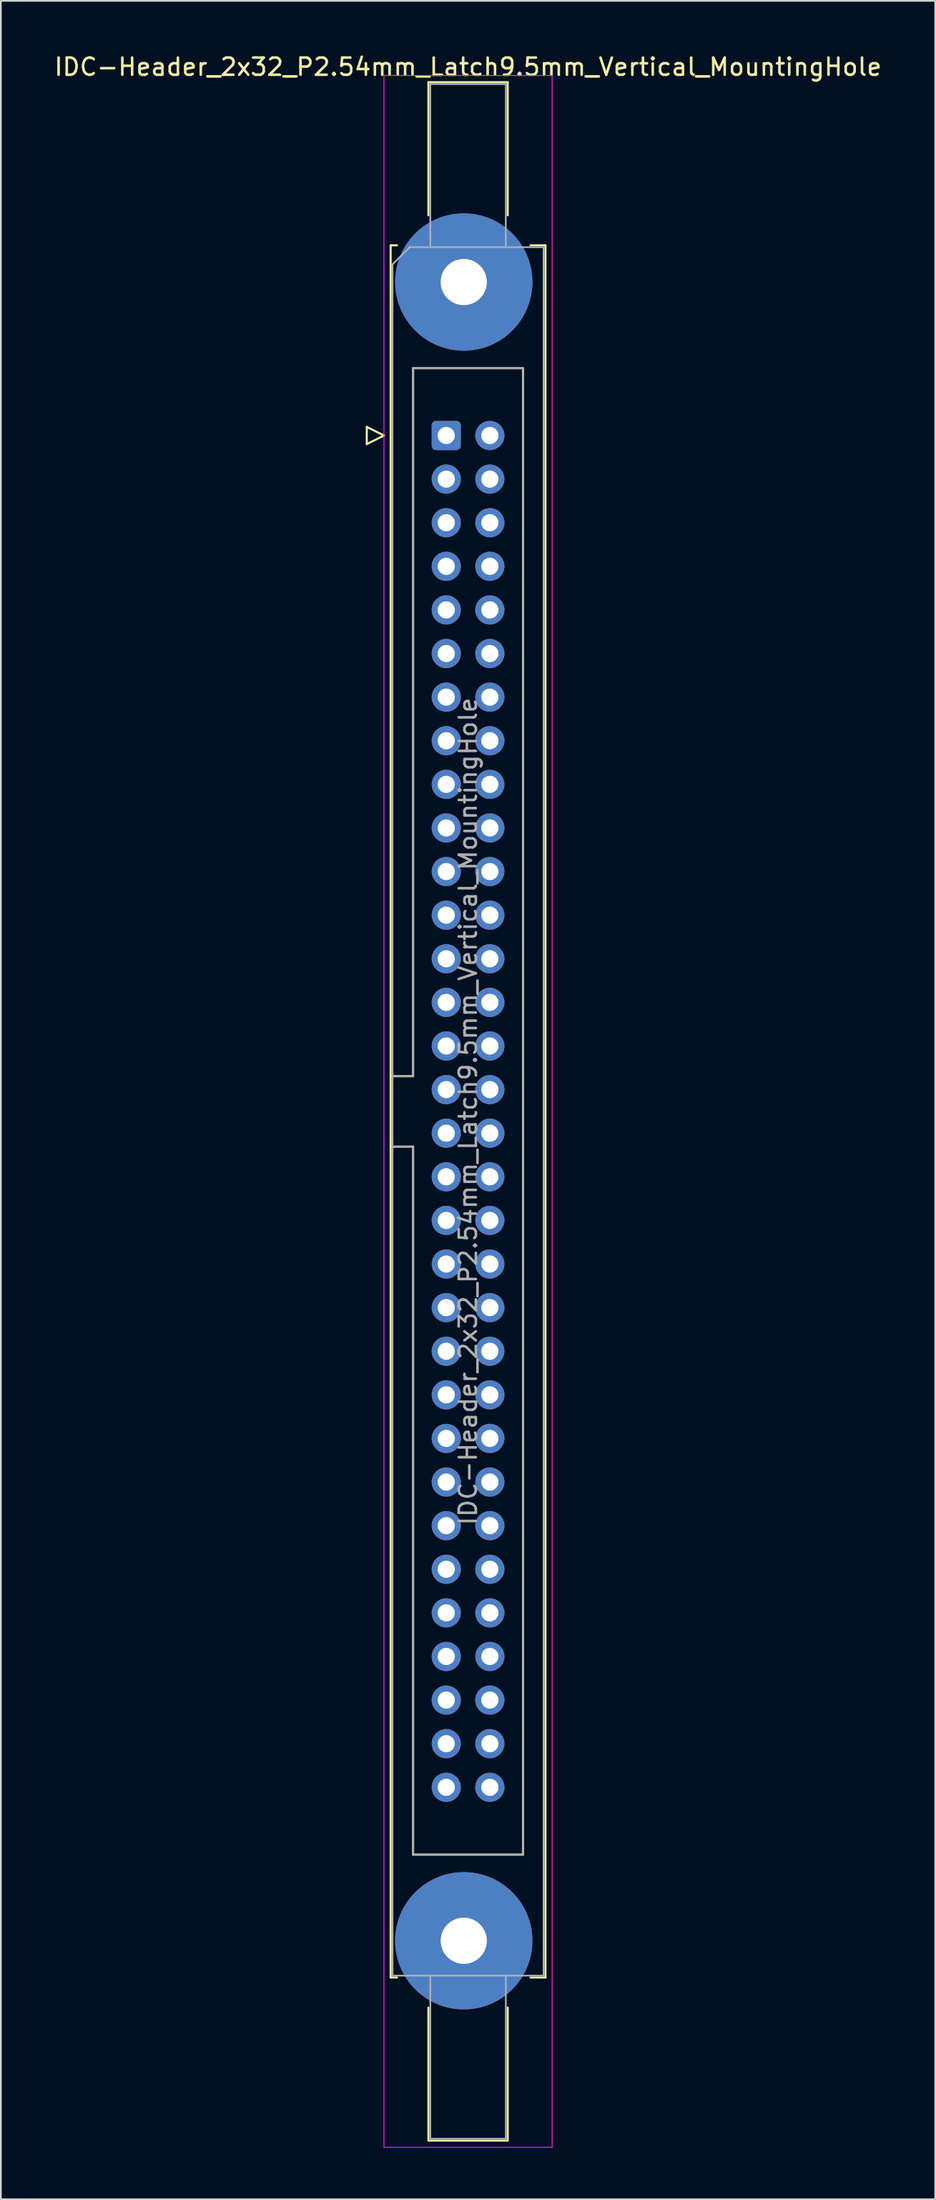
<source format=kicad_pcb>
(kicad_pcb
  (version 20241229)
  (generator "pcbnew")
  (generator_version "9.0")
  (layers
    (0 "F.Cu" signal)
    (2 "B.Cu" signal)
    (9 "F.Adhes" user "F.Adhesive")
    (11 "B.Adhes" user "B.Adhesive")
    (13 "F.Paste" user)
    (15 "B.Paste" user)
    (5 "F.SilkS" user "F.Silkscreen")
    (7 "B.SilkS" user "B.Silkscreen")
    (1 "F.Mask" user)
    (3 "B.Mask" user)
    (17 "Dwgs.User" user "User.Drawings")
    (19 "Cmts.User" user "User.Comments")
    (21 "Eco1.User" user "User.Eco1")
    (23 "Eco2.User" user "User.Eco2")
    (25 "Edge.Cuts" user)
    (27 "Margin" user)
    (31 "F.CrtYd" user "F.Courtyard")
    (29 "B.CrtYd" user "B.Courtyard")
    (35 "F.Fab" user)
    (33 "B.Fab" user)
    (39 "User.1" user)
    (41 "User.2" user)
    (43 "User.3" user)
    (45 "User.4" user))
  (footprint "IDC-Header_2x32_P2.54mm_Latch9.5mm_Vertical_MountingHole"
    (layer "F.Cu")
    (at 22.95 22.318)
    (property "Reference" "IDC-Header_2x32_P2.54mm_Latch9.5mm_Vertical_MountingHole" (at 1.27 -21.47 0) (layer "F.SilkS") (effects (font (size 1 1) (thickness 0.15))))
    (attr through_hole)
    (fp_line (start -4.63 -0.5) (end -4.63 0.5) (stroke (width 0.12) (type solid)) (layer "F.SilkS"))
    (fp_line (start -4.63 0.5) (end -3.63 0) (stroke (width 0.12) (type solid)) (layer "F.SilkS"))
    (fp_line (start -3.63 0) (end -4.63 -0.5) (stroke (width 0.12) (type solid)) (layer "F.SilkS"))
    (fp_line (start -3.24 -11.08) (end -3.24 89.82) (stroke (width 0.12) (type solid)) (layer "F.SilkS"))
    (fp_line (start -3.24 37.32) (end -1.93 37.32) (stroke (width 0.12) (type solid)) (layer "F.SilkS"))
    (fp_line (start -3.24 89.82) (end -2.87 89.82) (stroke (width 0.12) (type solid)) (layer "F.SilkS"))
    (fp_line (start -2.87 -11.08) (end -3.24 -11.08) (stroke (width 0.12) (type solid)) (layer "F.SilkS"))
    (fp_line (start -1.93 -3.92) (end 4.47 -3.92) (stroke (width 0.12) (type solid)) (layer "F.SilkS"))
    (fp_line (start -1.93 37.32) (end -1.93 -3.92) (stroke (width 0.12) (type solid)) (layer "F.SilkS"))
    (fp_line (start -1.93 41.42) (end -3.24 41.42) (stroke (width 0.12) (type solid)) (layer "F.SilkS"))
    (fp_line (start -1.93 41.42) (end -1.93 41.42) (stroke (width 0.12) (type solid)) (layer "F.SilkS"))
    (fp_line (start -1.93 82.66) (end -1.93 41.42) (stroke (width 0.12) (type solid)) (layer "F.SilkS"))
    (fp_line (start -1.04 -20.58) (end 3.58 -20.58) (stroke (width 0.12) (type solid)) (layer "F.SilkS"))
    (fp_line (start -1.04 -12.83) (end -1.04 -20.58) (stroke (width 0.12) (type solid)) (layer "F.SilkS"))
    (fp_line (start -1.04 91.57) (end -1.04 99.32) (stroke (width 0.12) (type solid)) (layer "F.SilkS"))
    (fp_line (start -1.04 99.32) (end 3.58 99.32) (stroke (width 0.12) (type solid)) (layer "F.SilkS"))
    (fp_line (start 3.58 -20.58) (end 3.58 -12.83) (stroke (width 0.12) (type solid)) (layer "F.SilkS"))
    (fp_line (start 3.58 99.32) (end 3.58 91.57) (stroke (width 0.12) (type solid)) (layer "F.SilkS"))
    (fp_line (start 4.47 -3.92) (end 4.47 82.66) (stroke (width 0.12) (type solid)) (layer "F.SilkS"))
    (fp_line (start 4.47 82.66) (end -1.93 82.66) (stroke (width 0.12) (type solid)) (layer "F.SilkS"))
    (fp_line (start 4.91 -11.08) (end 5.78 -11.08) (stroke (width 0.12) (type solid)) (layer "F.SilkS"))
    (fp_line (start 5.78 -11.08) (end 5.78 89.82) (stroke (width 0.12) (type solid)) (layer "F.SilkS"))
    (fp_line (start 5.78 89.82) (end 4.91 89.82) (stroke (width 0.12) (type solid)) (layer "F.SilkS"))
    (fp_line (start -3.63 -20.97) (end -3.63 99.71) (stroke (width 0.05) (type solid)) (layer "F.CrtYd"))
    (fp_line (start -3.63 99.71) (end 6.17 99.71) (stroke (width 0.05) (type solid)) (layer "F.CrtYd"))
    (fp_line (start 6.17 -20.97) (end -3.63 -20.97) (stroke (width 0.05) (type solid)) (layer "F.CrtYd"))
    (fp_line (start 6.17 99.71) (end 6.17 -20.97) (stroke (width 0.05) (type solid)) (layer "F.CrtYd"))
    (fp_line (start -3.13 -9.97) (end -2.13 -10.97) (stroke (width 0.1) (type solid)) (layer "F.Fab"))
    (fp_line (start -3.13 37.32) (end -1.93 37.32) (stroke (width 0.1) (type solid)) (layer "F.Fab"))
    (fp_line (start -3.13 89.71) (end -3.13 -9.97) (stroke (width 0.1) (type solid)) (layer "F.Fab"))
    (fp_line (start -2.13 -10.97) (end 5.67 -10.97) (stroke (width 0.1) (type solid)) (layer "F.Fab"))
    (fp_line (start -1.93 -3.92) (end 4.47 -3.92) (stroke (width 0.1) (type solid)) (layer "F.Fab"))
    (fp_line (start -1.93 37.32) (end -1.93 -3.92) (stroke (width 0.1) (type solid)) (layer "F.Fab"))
    (fp_line (start -1.93 41.42) (end -3.13 41.42) (stroke (width 0.1) (type solid)) (layer "F.Fab"))
    (fp_line (start -1.93 41.42) (end -1.93 41.42) (stroke (width 0.1) (type solid)) (layer "F.Fab"))
    (fp_line (start -1.93 82.66) (end -1.93 41.42) (stroke (width 0.1) (type solid)) (layer "F.Fab"))
    (fp_line (start -0.93 -20.47) (end 3.47 -20.47) (stroke (width 0.1) (type solid)) (layer "F.Fab"))
    (fp_line (start -0.93 -10.97) (end -0.93 -20.47) (stroke (width 0.1) (type solid)) (layer "F.Fab"))
    (fp_line (start -0.93 89.71) (end -0.93 99.21) (stroke (width 0.1) (type solid)) (layer "F.Fab"))
    (fp_line (start -0.93 99.21) (end 3.47 99.21) (stroke (width 0.1) (type solid)) (layer "F.Fab"))
    (fp_line (start 3.47 -20.47) (end 3.47 -10.97) (stroke (width 0.1) (type solid)) (layer "F.Fab"))
    (fp_line (start 3.47 99.21) (end 3.47 89.71) (stroke (width 0.1) (type solid)) (layer "F.Fab"))
    (fp_line (start 4.47 -3.92) (end 4.47 82.66) (stroke (width 0.1) (type solid)) (layer "F.Fab"))
    (fp_line (start 4.47 82.66) (end -1.93 82.66) (stroke (width 0.1) (type solid)) (layer "F.Fab"))
    (fp_line (start 5.67 -10.97) (end 5.67 89.71) (stroke (width 0.1) (type solid)) (layer "F.Fab"))
    (fp_line (start 5.67 89.71) (end -3.13 89.71) (stroke (width 0.1) (type solid)) (layer "F.Fab"))
    (fp_text user "${REFERENCE}" (at 1.27 39.37 90) (layer "F.Fab") (effects (font (size 1 1) (thickness 0.15))))
    (pad "" thru_hole circle (at 1.02 -8.94) (size 8 8) (drill 2.69) (layers "*.Cu" "*.Mask"))
    (pad "" thru_hole circle (at 1.02 87.68) (size 8 8) (drill 2.69) (layers "*.Cu" "*.Mask"))
    (pad "1" thru_hole roundrect (at 0 0) (size 1.7 1.7) (drill 1) (layers "*.Cu" "*.Mask") (roundrect_rratio 0.147))
    (pad "2" thru_hole circle (at 2.54 0) (size 1.7 1.7) (drill 1) (layers "*.Cu" "*.Mask"))
    (pad "3" thru_hole circle (at 0 2.54) (size 1.7 1.7) (drill 1) (layers "*.Cu" "*.Mask"))
    (pad "4" thru_hole circle (at 2.54 2.54) (size 1.7 1.7) (drill 1) (layers "*.Cu" "*.Mask"))
    (pad "5" thru_hole circle (at 0 5.08) (size 1.7 1.7) (drill 1) (layers "*.Cu" "*.Mask"))
    (pad "6" thru_hole circle (at 2.54 5.08) (size 1.7 1.7) (drill 1) (layers "*.Cu" "*.Mask"))
    (pad "7" thru_hole circle (at 0 7.62) (size 1.7 1.7) (drill 1) (layers "*.Cu" "*.Mask"))
    (pad "8" thru_hole circle (at 2.54 7.62) (size 1.7 1.7) (drill 1) (layers "*.Cu" "*.Mask"))
    (pad "9" thru_hole circle (at 0 10.16) (size 1.7 1.7) (drill 1) (layers "*.Cu" "*.Mask"))
    (pad "10" thru_hole circle (at 2.54 10.16) (size 1.7 1.7) (drill 1) (layers "*.Cu" "*.Mask"))
    (pad "11" thru_hole circle (at 0 12.7) (size 1.7 1.7) (drill 1) (layers "*.Cu" "*.Mask"))
    (pad "12" thru_hole circle (at 2.54 12.7) (size 1.7 1.7) (drill 1) (layers "*.Cu" "*.Mask"))
    (pad "13" thru_hole circle (at 0 15.24) (size 1.7 1.7) (drill 1) (layers "*.Cu" "*.Mask"))
    (pad "14" thru_hole circle (at 2.54 15.24) (size 1.7 1.7) (drill 1) (layers "*.Cu" "*.Mask"))
    (pad "15" thru_hole circle (at 0 17.78) (size 1.7 1.7) (drill 1) (layers "*.Cu" "*.Mask"))
    (pad "16" thru_hole circle (at 2.54 17.78) (size 1.7 1.7) (drill 1) (layers "*.Cu" "*.Mask"))
    (pad "17" thru_hole circle (at 0 20.32) (size 1.7 1.7) (drill 1) (layers "*.Cu" "*.Mask"))
    (pad "18" thru_hole circle (at 2.54 20.32) (size 1.7 1.7) (drill 1) (layers "*.Cu" "*.Mask"))
    (pad "19" thru_hole circle (at 0 22.86) (size 1.7 1.7) (drill 1) (layers "*.Cu" "*.Mask"))
    (pad "20" thru_hole circle (at 2.54 22.86) (size 1.7 1.7) (drill 1) (layers "*.Cu" "*.Mask"))
    (pad "21" thru_hole circle (at 0 25.4) (size 1.7 1.7) (drill 1) (layers "*.Cu" "*.Mask"))
    (pad "22" thru_hole circle (at 2.54 25.4) (size 1.7 1.7) (drill 1) (layers "*.Cu" "*.Mask"))
    (pad "23" thru_hole circle (at 0 27.94) (size 1.7 1.7) (drill 1) (layers "*.Cu" "*.Mask"))
    (pad "24" thru_hole circle (at 2.54 27.94) (size 1.7 1.7) (drill 1) (layers "*.Cu" "*.Mask"))
    (pad "25" thru_hole circle (at 0 30.48) (size 1.7 1.7) (drill 1) (layers "*.Cu" "*.Mask"))
    (pad "26" thru_hole circle (at 2.54 30.48) (size 1.7 1.7) (drill 1) (layers "*.Cu" "*.Mask"))
    (pad "27" thru_hole circle (at 0 33.02) (size 1.7 1.7) (drill 1) (layers "*.Cu" "*.Mask"))
    (pad "28" thru_hole circle (at 2.54 33.02) (size 1.7 1.7) (drill 1) (layers "*.Cu" "*.Mask"))
    (pad "29" thru_hole circle (at 0 35.56) (size 1.7 1.7) (drill 1) (layers "*.Cu" "*.Mask"))
    (pad "30" thru_hole circle (at 2.54 35.56) (size 1.7 1.7) (drill 1) (layers "*.Cu" "*.Mask"))
    (pad "31" thru_hole circle (at 0 38.1) (size 1.7 1.7) (drill 1) (layers "*.Cu" "*.Mask"))
    (pad "32" thru_hole circle (at 2.54 38.1) (size 1.7 1.7) (drill 1) (layers "*.Cu" "*.Mask"))
    (pad "33" thru_hole circle (at 0 40.64) (size 1.7 1.7) (drill 1) (layers "*.Cu" "*.Mask"))
    (pad "34" thru_hole circle (at 2.54 40.64) (size 1.7 1.7) (drill 1) (layers "*.Cu" "*.Mask"))
    (pad "35" thru_hole circle (at 0 43.18) (size 1.7 1.7) (drill 1) (layers "*.Cu" "*.Mask"))
    (pad "36" thru_hole circle (at 2.54 43.18) (size 1.7 1.7) (drill 1) (layers "*.Cu" "*.Mask"))
    (pad "37" thru_hole circle (at 0 45.72) (size 1.7 1.7) (drill 1) (layers "*.Cu" "*.Mask"))
    (pad "38" thru_hole circle (at 2.54 45.72) (size 1.7 1.7) (drill 1) (layers "*.Cu" "*.Mask"))
    (pad "39" thru_hole circle (at 0 48.26) (size 1.7 1.7) (drill 1) (layers "*.Cu" "*.Mask"))
    (pad "40" thru_hole circle (at 2.54 48.26) (size 1.7 1.7) (drill 1) (layers "*.Cu" "*.Mask"))
    (pad "41" thru_hole circle (at 0 50.8) (size 1.7 1.7) (drill 1) (layers "*.Cu" "*.Mask"))
    (pad "42" thru_hole circle (at 2.54 50.8) (size 1.7 1.7) (drill 1) (layers "*.Cu" "*.Mask"))
    (pad "43" thru_hole circle (at 0 53.34) (size 1.7 1.7) (drill 1) (layers "*.Cu" "*.Mask"))
    (pad "44" thru_hole circle (at 2.54 53.34) (size 1.7 1.7) (drill 1) (layers "*.Cu" "*.Mask"))
    (pad "45" thru_hole circle (at 0 55.88) (size 1.7 1.7) (drill 1) (layers "*.Cu" "*.Mask"))
    (pad "46" thru_hole circle (at 2.54 55.88) (size 1.7 1.7) (drill 1) (layers "*.Cu" "*.Mask"))
    (pad "47" thru_hole circle (at 0 58.42) (size 1.7 1.7) (drill 1) (layers "*.Cu" "*.Mask"))
    (pad "48" thru_hole circle (at 2.54 58.42) (size 1.7 1.7) (drill 1) (layers "*.Cu" "*.Mask"))
    (pad "49" thru_hole circle (at 0 60.96) (size 1.7 1.7) (drill 1) (layers "*.Cu" "*.Mask"))
    (pad "50" thru_hole circle (at 2.54 60.96) (size 1.7 1.7) (drill 1) (layers "*.Cu" "*.Mask"))
    (pad "51" thru_hole circle (at 0 63.5) (size 1.7 1.7) (drill 1) (layers "*.Cu" "*.Mask"))
    (pad "52" thru_hole circle (at 2.54 63.5) (size 1.7 1.7) (drill 1) (layers "*.Cu" "*.Mask"))
    (pad "53" thru_hole circle (at 0 66.04) (size 1.7 1.7) (drill 1) (layers "*.Cu" "*.Mask"))
    (pad "54" thru_hole circle (at 2.54 66.04) (size 1.7 1.7) (drill 1) (layers "*.Cu" "*.Mask"))
    (pad "55" thru_hole circle (at 0 68.58) (size 1.7 1.7) (drill 1) (layers "*.Cu" "*.Mask"))
    (pad "56" thru_hole circle (at 2.54 68.58) (size 1.7 1.7) (drill 1) (layers "*.Cu" "*.Mask"))
    (pad "57" thru_hole circle (at 0 71.12) (size 1.7 1.7) (drill 1) (layers "*.Cu" "*.Mask"))
    (pad "58" thru_hole circle (at 2.54 71.12) (size 1.7 1.7) (drill 1) (layers "*.Cu" "*.Mask"))
    (pad "59" thru_hole circle (at 0 73.66) (size 1.7 1.7) (drill 1) (layers "*.Cu" "*.Mask"))
    (pad "60" thru_hole circle (at 2.54 73.66) (size 1.7 1.7) (drill 1) (layers "*.Cu" "*.Mask"))
    (pad "61" thru_hole circle (at 0 76.2) (size 1.7 1.7) (drill 1) (layers "*.Cu" "*.Mask"))
    (pad "62" thru_hole circle (at 2.54 76.2) (size 1.7 1.7) (drill 1) (layers "*.Cu" "*.Mask"))
    (pad "63" thru_hole circle (at 0 78.74) (size 1.7 1.7) (drill 1) (layers "*.Cu" "*.Mask"))
    (pad "64" thru_hole circle (at 2.54 78.74) (size 1.7 1.7) (drill 1) (layers "*.Cu" "*.Mask")))
  (gr_rect
    (start -3 -3)
    (end 51.44 125.053)
    (stroke (width 0.1) (type default))
    (fill no)
    (layer "Edge.Cuts")))
</source>
